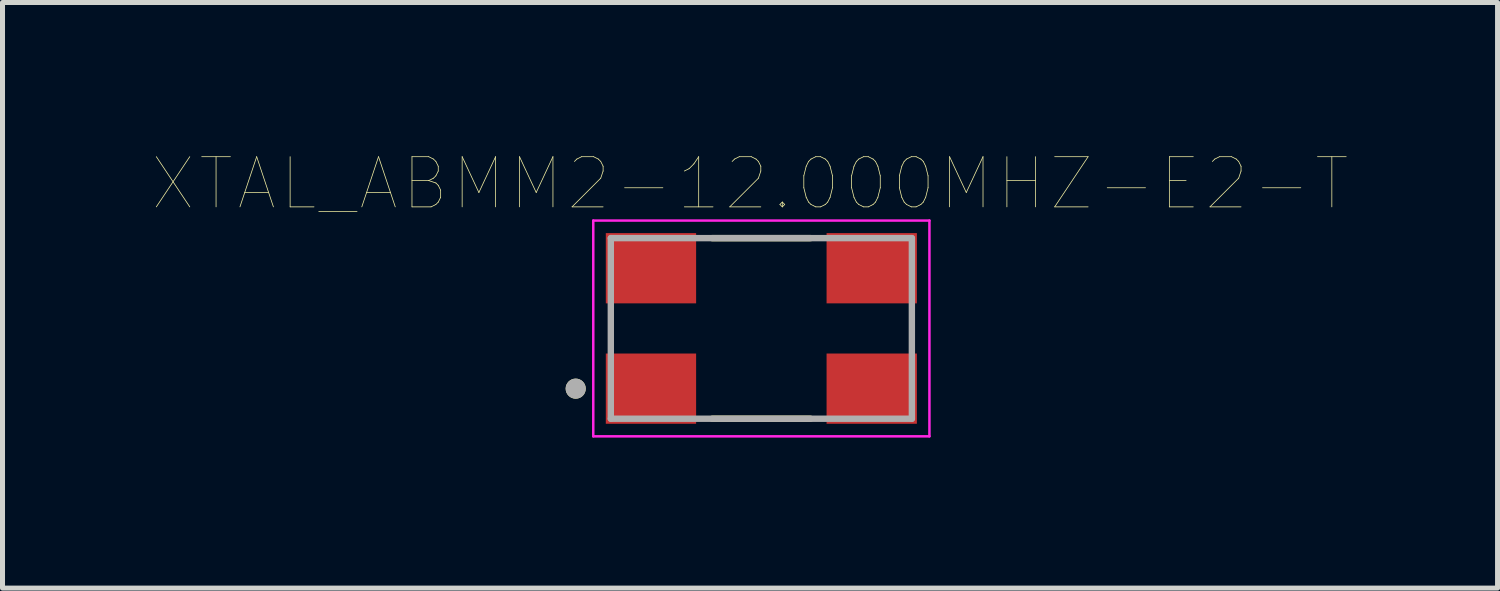
<source format=kicad_pcb>
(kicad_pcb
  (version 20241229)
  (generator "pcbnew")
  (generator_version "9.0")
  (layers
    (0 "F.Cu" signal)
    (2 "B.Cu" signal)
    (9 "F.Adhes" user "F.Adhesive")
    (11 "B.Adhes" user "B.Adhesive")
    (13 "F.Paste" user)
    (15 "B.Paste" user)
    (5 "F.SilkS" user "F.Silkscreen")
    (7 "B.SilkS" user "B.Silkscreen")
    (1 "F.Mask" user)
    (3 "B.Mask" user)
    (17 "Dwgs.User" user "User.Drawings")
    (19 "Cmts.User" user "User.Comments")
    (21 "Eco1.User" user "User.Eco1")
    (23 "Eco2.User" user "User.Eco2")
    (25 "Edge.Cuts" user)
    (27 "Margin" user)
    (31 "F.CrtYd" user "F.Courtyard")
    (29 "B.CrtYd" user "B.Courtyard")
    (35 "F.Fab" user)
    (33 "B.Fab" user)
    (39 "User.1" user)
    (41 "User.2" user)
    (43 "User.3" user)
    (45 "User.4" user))
  (footprint "XTAL_ABMM2-12.000MHZ-E2-T"
    (layer "F.Cu")
    (at 12.124 3.496)
    (property "Reference" "XTAL_ABMM2-12.000MHZ-E2-T" (at -0.225 -2.885 0) (layer "F.SilkS") (effects (font (size 1 1) (thickness 0.015))))
    (attr through_hole)
    (fp_line (start -0.98 -1.8) (end 0.98 -1.8) (stroke (width 0.127) (type solid)) (layer "F.SilkS"))
    (fp_line (start 0.98 1.8) (end -0.98 1.8) (stroke (width 0.127) (type solid)) (layer "F.SilkS"))
    (fp_circle (center -3.7 1.2) (end -3.6 1.2) (stroke (width 0.2) (type solid)) (fill no) (layer "F.SilkS"))
    (fp_line (start -3.35 -2.15) (end 3.35 -2.15) (stroke (width 0.05) (type solid)) (layer "F.CrtYd"))
    (fp_line (start -3.35 2.15) (end -3.35 -2.15) (stroke (width 0.05) (type solid)) (layer "F.CrtYd"))
    (fp_line (start 3.35 -2.15) (end 3.35 2.15) (stroke (width 0.05) (type solid)) (layer "F.CrtYd"))
    (fp_line (start 3.35 2.15) (end -3.35 2.15) (stroke (width 0.05) (type solid)) (layer "F.CrtYd"))
    (fp_line (start -3 -1.8) (end 3 -1.8) (stroke (width 0.127) (type solid)) (layer "F.Fab"))
    (fp_line (start -3 1.8) (end -3 -1.8) (stroke (width 0.127) (type solid)) (layer "F.Fab"))
    (fp_line (start 3 -1.8) (end 3 1.8) (stroke (width 0.127) (type solid)) (layer "F.Fab"))
    (fp_line (start 3 1.8) (end -3 1.8) (stroke (width 0.127) (type solid)) (layer "F.Fab"))
    (fp_circle (center -3.7 1.2) (end -3.6 1.2) (stroke (width 0.2) (type solid)) (fill no) (layer "F.Fab"))
    (pad "1" smd rect (at -2.2 1.2) (size 1.8 1.4) (layers "F.Cu" "F.Mask" "F.Paste"))
    (pad "2" smd rect (at 2.2 1.2) (size 1.8 1.4) (layers "F.Cu" "F.Mask" "F.Paste"))
    (pad "3" smd rect (at 2.2 -1.2) (size 1.8 1.4) (layers "F.Cu" "F.Mask" "F.Paste"))
    (pad "4" smd rect (at -2.2 -1.2) (size 1.8 1.4) (layers "F.Cu" "F.Mask" "F.Paste")))
  (gr_rect
    (start -3 -3)
    (end 26.797 8.671)
    (stroke (width 0.1) (type default))
    (fill no)
    (layer "Edge.Cuts")))
</source>
